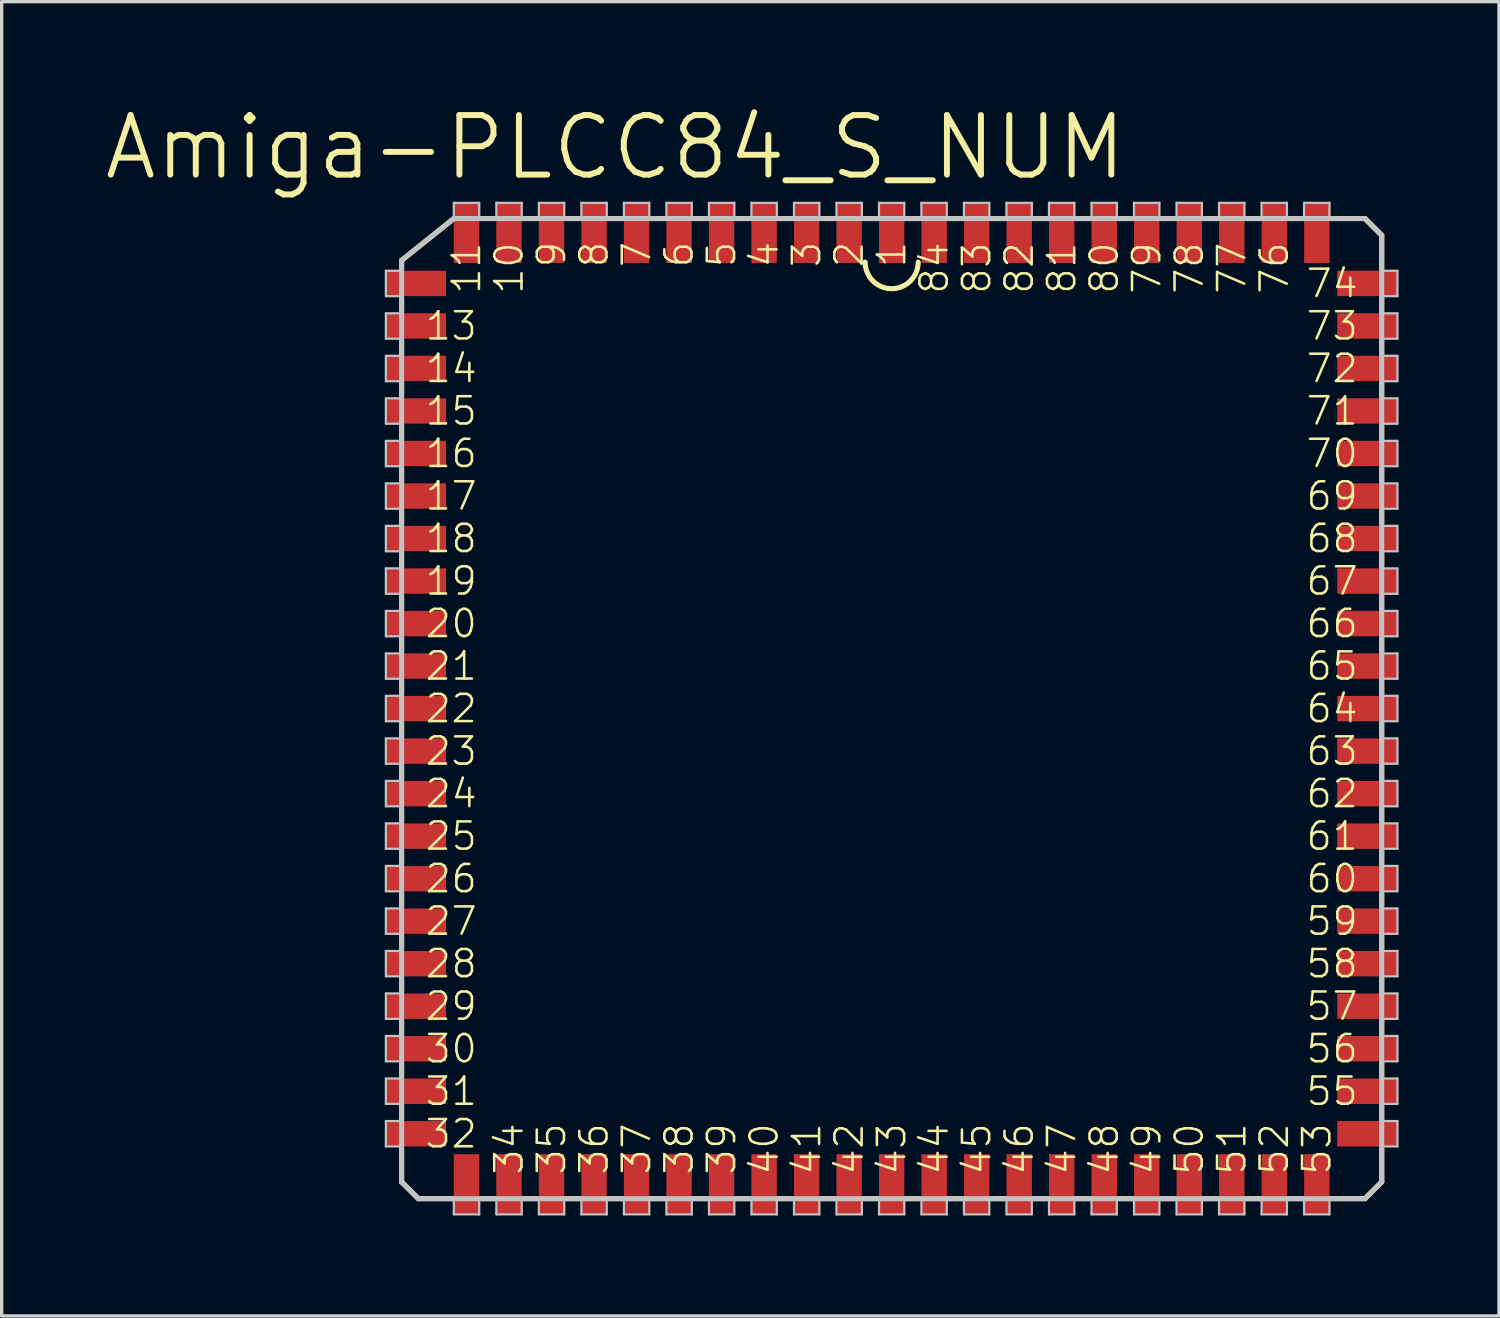
<source format=kicad_pcb>
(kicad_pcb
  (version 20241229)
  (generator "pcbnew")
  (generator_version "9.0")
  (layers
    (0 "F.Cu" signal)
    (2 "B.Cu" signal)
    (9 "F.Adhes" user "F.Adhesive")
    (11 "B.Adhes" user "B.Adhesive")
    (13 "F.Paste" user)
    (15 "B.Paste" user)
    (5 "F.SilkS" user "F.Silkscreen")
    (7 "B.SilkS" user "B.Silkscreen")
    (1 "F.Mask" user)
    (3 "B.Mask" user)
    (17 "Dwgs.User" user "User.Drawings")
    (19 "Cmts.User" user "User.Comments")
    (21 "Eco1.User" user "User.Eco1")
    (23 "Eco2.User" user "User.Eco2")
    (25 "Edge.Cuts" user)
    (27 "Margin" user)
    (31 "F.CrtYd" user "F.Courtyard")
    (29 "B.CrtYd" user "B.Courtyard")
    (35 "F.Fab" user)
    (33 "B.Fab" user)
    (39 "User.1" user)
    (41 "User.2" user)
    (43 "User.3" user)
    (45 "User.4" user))
  (footprint "Amiga-PLCC84_S_NUM"
    (layer "F.Cu")
    (at 23.584 16.846)
    (property "Reference" "Amiga-PLCC84_S_NUM" (at -8.255 -15.494 0) (layer "F.SilkS") (effects (font (size 1.778 1.778) (thickness 0.178))))
    (attr smd)
    (fp_line (start -14.638 -12.118) (end -13.139 -13.32) (stroke (width 0.152) (type solid)) (layer "F.SilkS"))
    (fp_line (start -14.638 -11.869) (end -14.638 -12.118) (stroke (width 0.152) (type solid)) (layer "F.SilkS"))
    (fp_line (start -14.638 -10.599) (end -14.638 -10.988) (stroke (width 0.152) (type solid)) (layer "F.SilkS"))
    (fp_line (start -14.638 -9.329) (end -14.638 -9.718) (stroke (width 0.152) (type solid)) (layer "F.SilkS"))
    (fp_line (start -14.638 -8.059) (end -14.638 -8.448) (stroke (width 0.152) (type solid)) (layer "F.SilkS"))
    (fp_line (start -14.638 -6.789) (end -14.638 -7.178) (stroke (width 0.152) (type solid)) (layer "F.SilkS"))
    (fp_line (start -14.638 -5.519) (end -14.638 -5.908) (stroke (width 0.152) (type solid)) (layer "F.SilkS"))
    (fp_line (start -14.638 -4.249) (end -14.638 -4.638) (stroke (width 0.152) (type solid)) (layer "F.SilkS"))
    (fp_line (start -14.638 -2.979) (end -14.638 -3.368) (stroke (width 0.152) (type solid)) (layer "F.SilkS"))
    (fp_line (start -14.638 -1.709) (end -14.638 -2.098) (stroke (width 0.152) (type solid)) (layer "F.SilkS"))
    (fp_line (start -14.638 -0.439) (end -14.638 -0.828) (stroke (width 0.152) (type solid)) (layer "F.SilkS"))
    (fp_line (start -14.638 0.828) (end -14.638 0.439) (stroke (width 0.152) (type solid)) (layer "F.SilkS"))
    (fp_line (start -14.638 2.098) (end -14.638 1.709) (stroke (width 0.152) (type solid)) (layer "F.SilkS"))
    (fp_line (start -14.638 3.368) (end -14.638 2.979) (stroke (width 0.152) (type solid)) (layer "F.SilkS"))
    (fp_line (start -14.638 4.638) (end -14.638 4.249) (stroke (width 0.152) (type solid)) (layer "F.SilkS"))
    (fp_line (start -14.638 5.908) (end -14.638 5.519) (stroke (width 0.152) (type solid)) (layer "F.SilkS"))
    (fp_line (start -14.638 7.178) (end -14.638 6.789) (stroke (width 0.152) (type solid)) (layer "F.SilkS"))
    (fp_line (start -14.638 8.448) (end -14.638 8.059) (stroke (width 0.152) (type solid)) (layer "F.SilkS"))
    (fp_line (start -14.638 9.718) (end -14.638 9.329) (stroke (width 0.152) (type solid)) (layer "F.SilkS"))
    (fp_line (start -14.638 10.988) (end -14.638 10.599) (stroke (width 0.152) (type solid)) (layer "F.SilkS"))
    (fp_line (start -14.638 12.258) (end -14.638 11.869) (stroke (width 0.152) (type solid)) (layer "F.SilkS"))
    (fp_line (start -14.638 13.528) (end -14.638 13.139) (stroke (width 0.152) (type solid)) (layer "F.SilkS"))
    (fp_line (start -14.638 15.408) (end -14.638 14.409) (stroke (width 0.152) (type solid)) (layer "F.SilkS"))
    (fp_line (start -14.138 15.908) (end -14.638 15.408) (stroke (width 0.152) (type solid)) (layer "F.SilkS"))
    (fp_line (start -13.139 15.908) (end -14.138 15.908) (stroke (width 0.152) (type solid)) (layer "F.SilkS"))
    (fp_line (start -12.258 -13.368) (end -11.869 -13.368) (stroke (width 0.152) (type solid)) (layer "F.SilkS"))
    (fp_line (start -11.869 15.908) (end -12.258 15.908) (stroke (width 0.152) (type solid)) (layer "F.SilkS"))
    (fp_line (start -10.988 -13.368) (end -10.599 -13.368) (stroke (width 0.152) (type solid)) (layer "F.SilkS"))
    (fp_line (start -10.599 15.908) (end -10.988 15.908) (stroke (width 0.152) (type solid)) (layer "F.SilkS"))
    (fp_line (start -9.718 -13.368) (end -9.329 -13.368) (stroke (width 0.152) (type solid)) (layer "F.SilkS"))
    (fp_line (start -9.329 15.908) (end -9.718 15.908) (stroke (width 0.152) (type solid)) (layer "F.SilkS"))
    (fp_line (start -8.448 -13.368) (end -8.059 -13.368) (stroke (width 0.152) (type solid)) (layer "F.SilkS"))
    (fp_line (start -8.059 15.908) (end -8.448 15.908) (stroke (width 0.152) (type solid)) (layer "F.SilkS"))
    (fp_line (start -7.178 -13.368) (end -6.789 -13.368) (stroke (width 0.152) (type solid)) (layer "F.SilkS"))
    (fp_line (start -6.789 15.908) (end -7.178 15.908) (stroke (width 0.152) (type solid)) (layer "F.SilkS"))
    (fp_line (start -5.908 -13.368) (end -5.519 -13.368) (stroke (width 0.152) (type solid)) (layer "F.SilkS"))
    (fp_line (start -5.519 15.908) (end -5.908 15.908) (stroke (width 0.152) (type solid)) (layer "F.SilkS"))
    (fp_line (start -4.638 -13.368) (end -4.249 -13.368) (stroke (width 0.152) (type solid)) (layer "F.SilkS"))
    (fp_line (start -4.249 15.908) (end -4.638 15.908) (stroke (width 0.152) (type solid)) (layer "F.SilkS"))
    (fp_line (start -3.368 -13.368) (end -2.979 -13.368) (stroke (width 0.152) (type solid)) (layer "F.SilkS"))
    (fp_line (start -2.979 15.908) (end -3.368 15.908) (stroke (width 0.152) (type solid)) (layer "F.SilkS"))
    (fp_line (start -2.098 -13.368) (end -1.709 -13.368) (stroke (width 0.152) (type solid)) (layer "F.SilkS"))
    (fp_line (start -1.709 15.908) (end -2.098 15.908) (stroke (width 0.152) (type solid)) (layer "F.SilkS"))
    (fp_line (start -0.828 -13.368) (end -0.439 -13.368) (stroke (width 0.152) (type solid)) (layer "F.SilkS"))
    (fp_line (start -0.439 15.908) (end -0.828 15.908) (stroke (width 0.152) (type solid)) (layer "F.SilkS"))
    (fp_line (start 0.439 -13.368) (end 0.828 -13.368) (stroke (width 0.152) (type solid)) (layer "F.SilkS"))
    (fp_line (start 0.828 15.908) (end 0.439 15.908) (stroke (width 0.152) (type solid)) (layer "F.SilkS"))
    (fp_line (start 1.709 -13.368) (end 2.098 -13.368) (stroke (width 0.152) (type solid)) (layer "F.SilkS"))
    (fp_line (start 2.098 15.908) (end 1.709 15.908) (stroke (width 0.152) (type solid)) (layer "F.SilkS"))
    (fp_line (start 2.979 -13.368) (end 3.368 -13.368) (stroke (width 0.152) (type solid)) (layer "F.SilkS"))
    (fp_line (start 3.368 15.908) (end 2.979 15.908) (stroke (width 0.152) (type solid)) (layer "F.SilkS"))
    (fp_line (start 4.249 -13.368) (end 4.638 -13.368) (stroke (width 0.152) (type solid)) (layer "F.SilkS"))
    (fp_line (start 4.638 15.908) (end 4.249 15.908) (stroke (width 0.152) (type solid)) (layer "F.SilkS"))
    (fp_line (start 5.519 -13.368) (end 5.908 -13.368) (stroke (width 0.152) (type solid)) (layer "F.SilkS"))
    (fp_line (start 5.908 15.908) (end 5.519 15.908) (stroke (width 0.152) (type solid)) (layer "F.SilkS"))
    (fp_line (start 6.789 -13.368) (end 7.178 -13.368) (stroke (width 0.152) (type solid)) (layer "F.SilkS"))
    (fp_line (start 7.178 15.908) (end 6.789 15.908) (stroke (width 0.152) (type solid)) (layer "F.SilkS"))
    (fp_line (start 8.059 -13.368) (end 8.448 -13.368) (stroke (width 0.152) (type solid)) (layer "F.SilkS"))
    (fp_line (start 8.448 15.908) (end 8.059 15.908) (stroke (width 0.152) (type solid)) (layer "F.SilkS"))
    (fp_line (start 9.329 -13.368) (end 9.718 -13.368) (stroke (width 0.152) (type solid)) (layer "F.SilkS"))
    (fp_line (start 9.718 15.908) (end 9.329 15.908) (stroke (width 0.152) (type solid)) (layer "F.SilkS"))
    (fp_line (start 10.599 -13.368) (end 10.988 -13.368) (stroke (width 0.152) (type solid)) (layer "F.SilkS"))
    (fp_line (start 10.988 15.908) (end 10.599 15.908) (stroke (width 0.152) (type solid)) (layer "F.SilkS"))
    (fp_line (start 11.869 -13.368) (end 12.258 -13.368) (stroke (width 0.152) (type solid)) (layer "F.SilkS"))
    (fp_line (start 12.258 15.908) (end 11.869 15.908) (stroke (width 0.152) (type solid)) (layer "F.SilkS"))
    (fp_line (start 13.139 -13.368) (end 14.138 -13.368) (stroke (width 0.152) (type solid)) (layer "F.SilkS"))
    (fp_line (start 14.138 -13.368) (end 14.638 -12.868) (stroke (width 0.152) (type solid)) (layer "F.SilkS"))
    (fp_line (start 14.138 15.908) (end 13.139 15.908) (stroke (width 0.152) (type solid)) (layer "F.SilkS"))
    (fp_line (start 14.638 -12.868) (end 14.638 -11.869) (stroke (width 0.152) (type solid)) (layer "F.SilkS"))
    (fp_line (start 14.638 -10.988) (end 14.638 -10.599) (stroke (width 0.152) (type solid)) (layer "F.SilkS"))
    (fp_line (start 14.638 -9.718) (end 14.638 -9.329) (stroke (width 0.152) (type solid)) (layer "F.SilkS"))
    (fp_line (start 14.638 -8.448) (end 14.638 -8.059) (stroke (width 0.152) (type solid)) (layer "F.SilkS"))
    (fp_line (start 14.638 -7.178) (end 14.638 -6.789) (stroke (width 0.152) (type solid)) (layer "F.SilkS"))
    (fp_line (start 14.638 -5.908) (end 14.638 -5.519) (stroke (width 0.152) (type solid)) (layer "F.SilkS"))
    (fp_line (start 14.638 -4.638) (end 14.638 -4.249) (stroke (width 0.152) (type solid)) (layer "F.SilkS"))
    (fp_line (start 14.638 -3.368) (end 14.638 -2.979) (stroke (width 0.152) (type solid)) (layer "F.SilkS"))
    (fp_line (start 14.638 -2.098) (end 14.638 -1.709) (stroke (width 0.152) (type solid)) (layer "F.SilkS"))
    (fp_line (start 14.638 -0.828) (end 14.638 -0.439) (stroke (width 0.152) (type solid)) (layer "F.SilkS"))
    (fp_line (start 14.638 0.439) (end 14.638 0.828) (stroke (width 0.152) (type solid)) (layer "F.SilkS"))
    (fp_line (start 14.638 1.709) (end 14.638 2.098) (stroke (width 0.152) (type solid)) (layer "F.SilkS"))
    (fp_line (start 14.638 2.979) (end 14.638 3.368) (stroke (width 0.152) (type solid)) (layer "F.SilkS"))
    (fp_line (start 14.638 4.249) (end 14.638 4.638) (stroke (width 0.152) (type solid)) (layer "F.SilkS"))
    (fp_line (start 14.638 5.519) (end 14.638 5.908) (stroke (width 0.152) (type solid)) (layer "F.SilkS"))
    (fp_line (start 14.638 6.789) (end 14.638 7.178) (stroke (width 0.152) (type solid)) (layer "F.SilkS"))
    (fp_line (start 14.638 8.059) (end 14.638 8.448) (stroke (width 0.152) (type solid)) (layer "F.SilkS"))
    (fp_line (start 14.638 9.329) (end 14.638 9.718) (stroke (width 0.152) (type solid)) (layer "F.SilkS"))
    (fp_line (start 14.638 10.599) (end 14.638 10.988) (stroke (width 0.152) (type solid)) (layer "F.SilkS"))
    (fp_line (start 14.638 11.869) (end 14.638 12.258) (stroke (width 0.152) (type solid)) (layer "F.SilkS"))
    (fp_line (start 14.638 13.139) (end 14.638 13.528) (stroke (width 0.152) (type solid)) (layer "F.SilkS"))
    (fp_line (start 14.638 14.409) (end 14.638 15.408) (stroke (width 0.152) (type solid)) (layer "F.SilkS"))
    (fp_line (start 14.638 15.408) (end 14.138 15.908) (stroke (width 0.152) (type solid)) (layer "F.SilkS"))
    (fp_arc (start 0.79248 -12.065) (mid 0 -11.27252) (end -0.79248 -12.065) (stroke (width 0.1524) (type solid)) (layer "F.SilkS"))
    (fp_line (start -15.108 -11.808) (end -14.638 -11.808) (stroke (width 0.066) (type solid)) (layer "Dwgs.User"))
    (fp_line (start -15.108 -11.049) (end -15.108 -11.808) (stroke (width 0.066) (type solid)) (layer "Dwgs.User"))
    (fp_line (start -15.108 -11.049) (end -14.638 -11.049) (stroke (width 0.066) (type solid)) (layer "Dwgs.User"))
    (fp_line (start -15.108 -10.538) (end -14.638 -10.538) (stroke (width 0.066) (type solid)) (layer "Dwgs.User"))
    (fp_line (start -15.108 -9.779) (end -15.108 -10.538) (stroke (width 0.066) (type solid)) (layer "Dwgs.User"))
    (fp_line (start -15.108 -9.779) (end -14.638 -9.779) (stroke (width 0.066) (type solid)) (layer "Dwgs.User"))
    (fp_line (start -15.108 -9.268) (end -14.638 -9.268) (stroke (width 0.066) (type solid)) (layer "Dwgs.User"))
    (fp_line (start -15.108 -8.509) (end -15.108 -9.268) (stroke (width 0.066) (type solid)) (layer "Dwgs.User"))
    (fp_line (start -15.108 -8.509) (end -14.638 -8.509) (stroke (width 0.066) (type solid)) (layer "Dwgs.User"))
    (fp_line (start -15.108 -7.998) (end -14.638 -7.998) (stroke (width 0.066) (type solid)) (layer "Dwgs.User"))
    (fp_line (start -15.108 -7.239) (end -15.108 -7.998) (stroke (width 0.066) (type solid)) (layer "Dwgs.User"))
    (fp_line (start -15.108 -7.239) (end -14.638 -7.239) (stroke (width 0.066) (type solid)) (layer "Dwgs.User"))
    (fp_line (start -15.108 -6.728) (end -14.638 -6.728) (stroke (width 0.066) (type solid)) (layer "Dwgs.User"))
    (fp_line (start -15.108 -5.969) (end -15.108 -6.728) (stroke (width 0.066) (type solid)) (layer "Dwgs.User"))
    (fp_line (start -15.108 -5.969) (end -14.638 -5.969) (stroke (width 0.066) (type solid)) (layer "Dwgs.User"))
    (fp_line (start -15.108 -5.458) (end -14.638 -5.458) (stroke (width 0.066) (type solid)) (layer "Dwgs.User"))
    (fp_line (start -15.108 -4.699) (end -15.108 -5.458) (stroke (width 0.066) (type solid)) (layer "Dwgs.User"))
    (fp_line (start -15.108 -4.699) (end -14.638 -4.699) (stroke (width 0.066) (type solid)) (layer "Dwgs.User"))
    (fp_line (start -15.108 -4.188) (end -14.638 -4.188) (stroke (width 0.066) (type solid)) (layer "Dwgs.User"))
    (fp_line (start -15.108 -3.429) (end -15.108 -4.188) (stroke (width 0.066) (type solid)) (layer "Dwgs.User"))
    (fp_line (start -15.108 -3.429) (end -14.638 -3.429) (stroke (width 0.066) (type solid)) (layer "Dwgs.User"))
    (fp_line (start -15.108 -2.918) (end -14.638 -2.918) (stroke (width 0.066) (type solid)) (layer "Dwgs.User"))
    (fp_line (start -15.108 -2.159) (end -15.108 -2.918) (stroke (width 0.066) (type solid)) (layer "Dwgs.User"))
    (fp_line (start -15.108 -2.159) (end -14.638 -2.159) (stroke (width 0.066) (type solid)) (layer "Dwgs.User"))
    (fp_line (start -15.108 -1.648) (end -14.638 -1.648) (stroke (width 0.066) (type solid)) (layer "Dwgs.User"))
    (fp_line (start -15.108 -0.889) (end -15.108 -1.648) (stroke (width 0.066) (type solid)) (layer "Dwgs.User"))
    (fp_line (start -15.108 -0.889) (end -14.638 -0.889) (stroke (width 0.066) (type solid)) (layer "Dwgs.User"))
    (fp_line (start -15.108 -0.378) (end -14.638 -0.378) (stroke (width 0.066) (type solid)) (layer "Dwgs.User"))
    (fp_line (start -15.108 0.378) (end -15.108 -0.378) (stroke (width 0.066) (type solid)) (layer "Dwgs.User"))
    (fp_line (start -15.108 0.378) (end -14.638 0.378) (stroke (width 0.066) (type solid)) (layer "Dwgs.User"))
    (fp_line (start -15.108 0.889) (end -14.638 0.889) (stroke (width 0.066) (type solid)) (layer "Dwgs.User"))
    (fp_line (start -15.108 1.648) (end -15.108 0.889) (stroke (width 0.066) (type solid)) (layer "Dwgs.User"))
    (fp_line (start -15.108 1.648) (end -14.638 1.648) (stroke (width 0.066) (type solid)) (layer "Dwgs.User"))
    (fp_line (start -15.108 2.159) (end -14.638 2.159) (stroke (width 0.066) (type solid)) (layer "Dwgs.User"))
    (fp_line (start -15.108 2.918) (end -15.108 2.159) (stroke (width 0.066) (type solid)) (layer "Dwgs.User"))
    (fp_line (start -15.108 2.918) (end -14.638 2.918) (stroke (width 0.066) (type solid)) (layer "Dwgs.User"))
    (fp_line (start -15.108 3.429) (end -14.638 3.429) (stroke (width 0.066) (type solid)) (layer "Dwgs.User"))
    (fp_line (start -15.108 4.188) (end -15.108 3.429) (stroke (width 0.066) (type solid)) (layer "Dwgs.User"))
    (fp_line (start -15.108 4.188) (end -14.638 4.188) (stroke (width 0.066) (type solid)) (layer "Dwgs.User"))
    (fp_line (start -15.108 4.699) (end -14.638 4.699) (stroke (width 0.066) (type solid)) (layer "Dwgs.User"))
    (fp_line (start -15.108 5.458) (end -15.108 4.699) (stroke (width 0.066) (type solid)) (layer "Dwgs.User"))
    (fp_line (start -15.108 5.458) (end -14.638 5.458) (stroke (width 0.066) (type solid)) (layer "Dwgs.User"))
    (fp_line (start -15.108 5.969) (end -14.638 5.969) (stroke (width 0.066) (type solid)) (layer "Dwgs.User"))
    (fp_line (start -15.108 6.728) (end -15.108 5.969) (stroke (width 0.066) (type solid)) (layer "Dwgs.User"))
    (fp_line (start -15.108 6.728) (end -14.638 6.728) (stroke (width 0.066) (type solid)) (layer "Dwgs.User"))
    (fp_line (start -15.108 7.239) (end -14.638 7.239) (stroke (width 0.066) (type solid)) (layer "Dwgs.User"))
    (fp_line (start -15.108 7.998) (end -15.108 7.239) (stroke (width 0.066) (type solid)) (layer "Dwgs.User"))
    (fp_line (start -15.108 7.998) (end -14.638 7.998) (stroke (width 0.066) (type solid)) (layer "Dwgs.User"))
    (fp_line (start -15.108 8.509) (end -14.638 8.509) (stroke (width 0.066) (type solid)) (layer "Dwgs.User"))
    (fp_line (start -15.108 9.268) (end -15.108 8.509) (stroke (width 0.066) (type solid)) (layer "Dwgs.User"))
    (fp_line (start -15.108 9.268) (end -14.638 9.268) (stroke (width 0.066) (type solid)) (layer "Dwgs.User"))
    (fp_line (start -15.108 9.779) (end -14.638 9.779) (stroke (width 0.066) (type solid)) (layer "Dwgs.User"))
    (fp_line (start -15.108 10.538) (end -15.108 9.779) (stroke (width 0.066) (type solid)) (layer "Dwgs.User"))
    (fp_line (start -15.108 10.538) (end -14.638 10.538) (stroke (width 0.066) (type solid)) (layer "Dwgs.User"))
    (fp_line (start -15.108 11.049) (end -14.638 11.049) (stroke (width 0.066) (type solid)) (layer "Dwgs.User"))
    (fp_line (start -15.108 11.808) (end -15.108 11.049) (stroke (width 0.066) (type solid)) (layer "Dwgs.User"))
    (fp_line (start -15.108 11.808) (end -14.638 11.808) (stroke (width 0.066) (type solid)) (layer "Dwgs.User"))
    (fp_line (start -15.108 12.319) (end -14.638 12.319) (stroke (width 0.066) (type solid)) (layer "Dwgs.User"))
    (fp_line (start -15.108 13.078) (end -15.108 12.319) (stroke (width 0.066) (type solid)) (layer "Dwgs.User"))
    (fp_line (start -15.108 13.078) (end -14.638 13.078) (stroke (width 0.066) (type solid)) (layer "Dwgs.User"))
    (fp_line (start -15.108 13.589) (end -14.638 13.589) (stroke (width 0.066) (type solid)) (layer "Dwgs.User"))
    (fp_line (start -15.108 14.348) (end -15.108 13.589) (stroke (width 0.066) (type solid)) (layer "Dwgs.User"))
    (fp_line (start -15.108 14.348) (end -14.638 14.348) (stroke (width 0.066) (type solid)) (layer "Dwgs.User"))
    (fp_line (start -14.638 -12.118) (end -13.078 -13.368) (stroke (width 0.152) (type solid)) (layer "Dwgs.User"))
    (fp_line (start -14.638 -11.049) (end -14.638 -11.808) (stroke (width 0.066) (type solid)) (layer "Dwgs.User"))
    (fp_line (start -14.638 -9.779) (end -14.638 -10.538) (stroke (width 0.066) (type solid)) (layer "Dwgs.User"))
    (fp_line (start -14.638 -8.509) (end -14.638 -9.268) (stroke (width 0.066) (type solid)) (layer "Dwgs.User"))
    (fp_line (start -14.638 -7.239) (end -14.638 -7.998) (stroke (width 0.066) (type solid)) (layer "Dwgs.User"))
    (fp_line (start -14.638 -5.969) (end -14.638 -6.728) (stroke (width 0.066) (type solid)) (layer "Dwgs.User"))
    (fp_line (start -14.638 -4.699) (end -14.638 -5.458) (stroke (width 0.066) (type solid)) (layer "Dwgs.User"))
    (fp_line (start -14.638 -3.429) (end -14.638 -4.188) (stroke (width 0.066) (type solid)) (layer "Dwgs.User"))
    (fp_line (start -14.638 -2.159) (end -14.638 -2.918) (stroke (width 0.066) (type solid)) (layer "Dwgs.User"))
    (fp_line (start -14.638 -0.889) (end -14.638 -1.648) (stroke (width 0.066) (type solid)) (layer "Dwgs.User"))
    (fp_line (start -14.638 0.378) (end -14.638 -0.378) (stroke (width 0.066) (type solid)) (layer "Dwgs.User"))
    (fp_line (start -14.638 1.648) (end -14.638 0.889) (stroke (width 0.066) (type solid)) (layer "Dwgs.User"))
    (fp_line (start -14.638 2.918) (end -14.638 2.159) (stroke (width 0.066) (type solid)) (layer "Dwgs.User"))
    (fp_line (start -14.638 4.188) (end -14.638 3.429) (stroke (width 0.066) (type solid)) (layer "Dwgs.User"))
    (fp_line (start -14.638 5.458) (end -14.638 4.699) (stroke (width 0.066) (type solid)) (layer "Dwgs.User"))
    (fp_line (start -14.638 6.728) (end -14.638 5.969) (stroke (width 0.066) (type solid)) (layer "Dwgs.User"))
    (fp_line (start -14.638 7.998) (end -14.638 7.239) (stroke (width 0.066) (type solid)) (layer "Dwgs.User"))
    (fp_line (start -14.638 9.268) (end -14.638 8.509) (stroke (width 0.066) (type solid)) (layer "Dwgs.User"))
    (fp_line (start -14.638 10.538) (end -14.638 9.779) (stroke (width 0.066) (type solid)) (layer "Dwgs.User"))
    (fp_line (start -14.638 11.808) (end -14.638 11.049) (stroke (width 0.066) (type solid)) (layer "Dwgs.User"))
    (fp_line (start -14.638 13.078) (end -14.638 12.319) (stroke (width 0.066) (type solid)) (layer "Dwgs.User"))
    (fp_line (start -14.638 14.348) (end -14.638 13.589) (stroke (width 0.066) (type solid)) (layer "Dwgs.User"))
    (fp_line (start -14.638 15.408) (end -14.638 -12.118) (stroke (width 0.152) (type solid)) (layer "Dwgs.User"))
    (fp_line (start -14.138 15.908) (end -14.638 15.408) (stroke (width 0.152) (type solid)) (layer "Dwgs.User"))
    (fp_line (start -13.078 -13.838) (end -12.319 -13.838) (stroke (width 0.066) (type solid)) (layer "Dwgs.User"))
    (fp_line (start -13.078 -13.368) (end -13.078 -13.838) (stroke (width 0.066) (type solid)) (layer "Dwgs.User"))
    (fp_line (start -13.078 -13.368) (end -12.319 -13.368) (stroke (width 0.066) (type solid)) (layer "Dwgs.User"))
    (fp_line (start -13.078 -13.368) (end 14.138 -13.368) (stroke (width 0.152) (type solid)) (layer "Dwgs.User"))
    (fp_line (start -13.078 15.908) (end -12.319 15.908) (stroke (width 0.066) (type solid)) (layer "Dwgs.User"))
    (fp_line (start -13.078 16.378) (end -13.078 15.908) (stroke (width 0.066) (type solid)) (layer "Dwgs.User"))
    (fp_line (start -13.078 16.378) (end -12.319 16.378) (stroke (width 0.066) (type solid)) (layer "Dwgs.User"))
    (fp_line (start -12.319 -13.368) (end -12.319 -13.838) (stroke (width 0.066) (type solid)) (layer "Dwgs.User"))
    (fp_line (start -12.319 16.378) (end -12.319 15.908) (stroke (width 0.066) (type solid)) (layer "Dwgs.User"))
    (fp_line (start -11.808 -13.838) (end -11.049 -13.838) (stroke (width 0.066) (type solid)) (layer "Dwgs.User"))
    (fp_line (start -11.808 -13.368) (end -11.808 -13.838) (stroke (width 0.066) (type solid)) (layer "Dwgs.User"))
    (fp_line (start -11.808 -13.368) (end -11.049 -13.368) (stroke (width 0.066) (type solid)) (layer "Dwgs.User"))
    (fp_line (start -11.808 15.908) (end -11.049 15.908) (stroke (width 0.066) (type solid)) (layer "Dwgs.User"))
    (fp_line (start -11.808 16.378) (end -11.808 15.908) (stroke (width 0.066) (type solid)) (layer "Dwgs.User"))
    (fp_line (start -11.808 16.378) (end -11.049 16.378) (stroke (width 0.066) (type solid)) (layer "Dwgs.User"))
    (fp_line (start -11.049 -13.368) (end -11.049 -13.838) (stroke (width 0.066) (type solid)) (layer "Dwgs.User"))
    (fp_line (start -11.049 16.378) (end -11.049 15.908) (stroke (width 0.066) (type solid)) (layer "Dwgs.User"))
    (fp_line (start -10.538 -13.838) (end -9.779 -13.838) (stroke (width 0.066) (type solid)) (layer "Dwgs.User"))
    (fp_line (start -10.538 -13.368) (end -10.538 -13.838) (stroke (width 0.066) (type solid)) (layer "Dwgs.User"))
    (fp_line (start -10.538 -13.368) (end -9.779 -13.368) (stroke (width 0.066) (type solid)) (layer "Dwgs.User"))
    (fp_line (start -10.538 15.908) (end -9.779 15.908) (stroke (width 0.066) (type solid)) (layer "Dwgs.User"))
    (fp_line (start -10.538 16.378) (end -10.538 15.908) (stroke (width 0.066) (type solid)) (layer "Dwgs.User"))
    (fp_line (start -10.538 16.378) (end -9.779 16.378) (stroke (width 0.066) (type solid)) (layer "Dwgs.User"))
    (fp_line (start -9.779 -13.368) (end -9.779 -13.838) (stroke (width 0.066) (type solid)) (layer "Dwgs.User"))
    (fp_line (start -9.779 16.378) (end -9.779 15.908) (stroke (width 0.066) (type solid)) (layer "Dwgs.User"))
    (fp_line (start -9.268 -13.838) (end -8.509 -13.838) (stroke (width 0.066) (type solid)) (layer "Dwgs.User"))
    (fp_line (start -9.268 -13.368) (end -9.268 -13.838) (stroke (width 0.066) (type solid)) (layer "Dwgs.User"))
    (fp_line (start -9.268 -13.368) (end -8.509 -13.368) (stroke (width 0.066) (type solid)) (layer "Dwgs.User"))
    (fp_line (start -9.268 15.908) (end -8.509 15.908) (stroke (width 0.066) (type solid)) (layer "Dwgs.User"))
    (fp_line (start -9.268 16.378) (end -9.268 15.908) (stroke (width 0.066) (type solid)) (layer "Dwgs.User"))
    (fp_line (start -9.268 16.378) (end -8.509 16.378) (stroke (width 0.066) (type solid)) (layer "Dwgs.User"))
    (fp_line (start -8.509 -13.368) (end -8.509 -13.838) (stroke (width 0.066) (type solid)) (layer "Dwgs.User"))
    (fp_line (start -8.509 16.378) (end -8.509 15.908) (stroke (width 0.066) (type solid)) (layer "Dwgs.User"))
    (fp_line (start -7.998 -13.838) (end -7.239 -13.838) (stroke (width 0.066) (type solid)) (layer "Dwgs.User"))
    (fp_line (start -7.998 -13.368) (end -7.998 -13.838) (stroke (width 0.066) (type solid)) (layer "Dwgs.User"))
    (fp_line (start -7.998 -13.368) (end -7.239 -13.368) (stroke (width 0.066) (type solid)) (layer "Dwgs.User"))
    (fp_line (start -7.998 15.908) (end -7.239 15.908) (stroke (width 0.066) (type solid)) (layer "Dwgs.User"))
    (fp_line (start -7.998 16.378) (end -7.998 15.908) (stroke (width 0.066) (type solid)) (layer "Dwgs.User"))
    (fp_line (start -7.998 16.378) (end -7.239 16.378) (stroke (width 0.066) (type solid)) (layer "Dwgs.User"))
    (fp_line (start -7.239 -13.368) (end -7.239 -13.838) (stroke (width 0.066) (type solid)) (layer "Dwgs.User"))
    (fp_line (start -7.239 16.378) (end -7.239 15.908) (stroke (width 0.066) (type solid)) (layer "Dwgs.User"))
    (fp_line (start -6.728 -13.838) (end -5.969 -13.838) (stroke (width 0.066) (type solid)) (layer "Dwgs.User"))
    (fp_line (start -6.728 -13.368) (end -6.728 -13.838) (stroke (width 0.066) (type solid)) (layer "Dwgs.User"))
    (fp_line (start -6.728 -13.368) (end -5.969 -13.368) (stroke (width 0.066) (type solid)) (layer "Dwgs.User"))
    (fp_line (start -6.728 15.908) (end -5.969 15.908) (stroke (width 0.066) (type solid)) (layer "Dwgs.User"))
    (fp_line (start -6.728 16.378) (end -6.728 15.908) (stroke (width 0.066) (type solid)) (layer "Dwgs.User"))
    (fp_line (start -6.728 16.378) (end -5.969 16.378) (stroke (width 0.066) (type solid)) (layer "Dwgs.User"))
    (fp_line (start -5.969 -13.368) (end -5.969 -13.838) (stroke (width 0.066) (type solid)) (layer "Dwgs.User"))
    (fp_line (start -5.969 16.378) (end -5.969 15.908) (stroke (width 0.066) (type solid)) (layer "Dwgs.User"))
    (fp_line (start -5.458 -13.838) (end -4.699 -13.838) (stroke (width 0.066) (type solid)) (layer "Dwgs.User"))
    (fp_line (start -5.458 -13.368) (end -5.458 -13.838) (stroke (width 0.066) (type solid)) (layer "Dwgs.User"))
    (fp_line (start -5.458 -13.368) (end -4.699 -13.368) (stroke (width 0.066) (type solid)) (layer "Dwgs.User"))
    (fp_line (start -5.458 15.908) (end -4.699 15.908) (stroke (width 0.066) (type solid)) (layer "Dwgs.User"))
    (fp_line (start -5.458 16.378) (end -5.458 15.908) (stroke (width 0.066) (type solid)) (layer "Dwgs.User"))
    (fp_line (start -5.458 16.378) (end -4.699 16.378) (stroke (width 0.066) (type solid)) (layer "Dwgs.User"))
    (fp_line (start -4.699 -13.368) (end -4.699 -13.838) (stroke (width 0.066) (type solid)) (layer "Dwgs.User"))
    (fp_line (start -4.699 16.378) (end -4.699 15.908) (stroke (width 0.066) (type solid)) (layer "Dwgs.User"))
    (fp_line (start -4.188 -13.838) (end -3.429 -13.838) (stroke (width 0.066) (type solid)) (layer "Dwgs.User"))
    (fp_line (start -4.188 -13.368) (end -4.188 -13.838) (stroke (width 0.066) (type solid)) (layer "Dwgs.User"))
    (fp_line (start -4.188 -13.368) (end -3.429 -13.368) (stroke (width 0.066) (type solid)) (layer "Dwgs.User"))
    (fp_line (start -4.188 15.908) (end -3.429 15.908) (stroke (width 0.066) (type solid)) (layer "Dwgs.User"))
    (fp_line (start -4.188 16.378) (end -4.188 15.908) (stroke (width 0.066) (type solid)) (layer "Dwgs.User"))
    (fp_line (start -4.188 16.378) (end -3.429 16.378) (stroke (width 0.066) (type solid)) (layer "Dwgs.User"))
    (fp_line (start -3.429 -13.368) (end -3.429 -13.838) (stroke (width 0.066) (type solid)) (layer "Dwgs.User"))
    (fp_line (start -3.429 16.378) (end -3.429 15.908) (stroke (width 0.066) (type solid)) (layer "Dwgs.User"))
    (fp_line (start -2.918 -13.838) (end -2.159 -13.838) (stroke (width 0.066) (type solid)) (layer "Dwgs.User"))
    (fp_line (start -2.918 -13.368) (end -2.918 -13.838) (stroke (width 0.066) (type solid)) (layer "Dwgs.User"))
    (fp_line (start -2.918 -13.368) (end -2.159 -13.368) (stroke (width 0.066) (type solid)) (layer "Dwgs.User"))
    (fp_line (start -2.918 15.908) (end -2.159 15.908) (stroke (width 0.066) (type solid)) (layer "Dwgs.User"))
    (fp_line (start -2.918 16.378) (end -2.918 15.908) (stroke (width 0.066) (type solid)) (layer "Dwgs.User"))
    (fp_line (start -2.918 16.378) (end -2.159 16.378) (stroke (width 0.066) (type solid)) (layer "Dwgs.User"))
    (fp_line (start -2.159 -13.368) (end -2.159 -13.838) (stroke (width 0.066) (type solid)) (layer "Dwgs.User"))
    (fp_line (start -2.159 16.378) (end -2.159 15.908) (stroke (width 0.066) (type solid)) (layer "Dwgs.User"))
    (fp_line (start -1.648 -13.838) (end -0.889 -13.838) (stroke (width 0.066) (type solid)) (layer "Dwgs.User"))
    (fp_line (start -1.648 -13.368) (end -1.648 -13.838) (stroke (width 0.066) (type solid)) (layer "Dwgs.User"))
    (fp_line (start -1.648 -13.368) (end -0.889 -13.368) (stroke (width 0.066) (type solid)) (layer "Dwgs.User"))
    (fp_line (start -1.648 15.908) (end -0.889 15.908) (stroke (width 0.066) (type solid)) (layer "Dwgs.User"))
    (fp_line (start -1.648 16.378) (end -1.648 15.908) (stroke (width 0.066) (type solid)) (layer "Dwgs.User"))
    (fp_line (start -1.648 16.378) (end -0.889 16.378) (stroke (width 0.066) (type solid)) (layer "Dwgs.User"))
    (fp_line (start -0.889 -13.368) (end -0.889 -13.838) (stroke (width 0.066) (type solid)) (layer "Dwgs.User"))
    (fp_line (start -0.889 16.378) (end -0.889 15.908) (stroke (width 0.066) (type solid)) (layer "Dwgs.User"))
    (fp_line (start -0.378 -13.838) (end 0.378 -13.838) (stroke (width 0.066) (type solid)) (layer "Dwgs.User"))
    (fp_line (start -0.378 -13.368) (end -0.378 -13.838) (stroke (width 0.066) (type solid)) (layer "Dwgs.User"))
    (fp_line (start -0.378 -13.368) (end 0.378 -13.368) (stroke (width 0.066) (type solid)) (layer "Dwgs.User"))
    (fp_line (start -0.378 15.908) (end 0.378 15.908) (stroke (width 0.066) (type solid)) (layer "Dwgs.User"))
    (fp_line (start -0.378 16.378) (end -0.378 15.908) (stroke (width 0.066) (type solid)) (layer "Dwgs.User"))
    (fp_line (start -0.378 16.378) (end 0.378 16.378) (stroke (width 0.066) (type solid)) (layer "Dwgs.User"))
    (fp_line (start 0.378 -13.368) (end 0.378 -13.838) (stroke (width 0.066) (type solid)) (layer "Dwgs.User"))
    (fp_line (start 0.378 16.378) (end 0.378 15.908) (stroke (width 0.066) (type solid)) (layer "Dwgs.User"))
    (fp_line (start 0.889 -13.838) (end 1.648 -13.838) (stroke (width 0.066) (type solid)) (layer "Dwgs.User"))
    (fp_line (start 0.889 -13.368) (end 0.889 -13.838) (stroke (width 0.066) (type solid)) (layer "Dwgs.User"))
    (fp_line (start 0.889 -13.368) (end 1.648 -13.368) (stroke (width 0.066) (type solid)) (layer "Dwgs.User"))
    (fp_line (start 0.889 15.908) (end 1.648 15.908) (stroke (width 0.066) (type solid)) (layer "Dwgs.User"))
    (fp_line (start 0.889 16.378) (end 0.889 15.908) (stroke (width 0.066) (type solid)) (layer "Dwgs.User"))
    (fp_line (start 0.889 16.378) (end 1.648 16.378) (stroke (width 0.066) (type solid)) (layer "Dwgs.User"))
    (fp_line (start 1.648 -13.368) (end 1.648 -13.838) (stroke (width 0.066) (type solid)) (layer "Dwgs.User"))
    (fp_line (start 1.648 16.378) (end 1.648 15.908) (stroke (width 0.066) (type solid)) (layer "Dwgs.User"))
    (fp_line (start 2.159 -13.838) (end 2.918 -13.838) (stroke (width 0.066) (type solid)) (layer "Dwgs.User"))
    (fp_line (start 2.159 -13.368) (end 2.159 -13.838) (stroke (width 0.066) (type solid)) (layer "Dwgs.User"))
    (fp_line (start 2.159 -13.368) (end 2.918 -13.368) (stroke (width 0.066) (type solid)) (layer "Dwgs.User"))
    (fp_line (start 2.159 15.908) (end 2.918 15.908) (stroke (width 0.066) (type solid)) (layer "Dwgs.User"))
    (fp_line (start 2.159 16.378) (end 2.159 15.908) (stroke (width 0.066) (type solid)) (layer "Dwgs.User"))
    (fp_line (start 2.159 16.378) (end 2.918 16.378) (stroke (width 0.066) (type solid)) (layer "Dwgs.User"))
    (fp_line (start 2.918 -13.368) (end 2.918 -13.838) (stroke (width 0.066) (type solid)) (layer "Dwgs.User"))
    (fp_line (start 2.918 16.378) (end 2.918 15.908) (stroke (width 0.066) (type solid)) (layer "Dwgs.User"))
    (fp_line (start 3.429 -13.838) (end 4.188 -13.838) (stroke (width 0.066) (type solid)) (layer "Dwgs.User"))
    (fp_line (start 3.429 -13.368) (end 3.429 -13.838) (stroke (width 0.066) (type solid)) (layer "Dwgs.User"))
    (fp_line (start 3.429 -13.368) (end 4.188 -13.368) (stroke (width 0.066) (type solid)) (layer "Dwgs.User"))
    (fp_line (start 3.429 15.908) (end 4.188 15.908) (stroke (width 0.066) (type solid)) (layer "Dwgs.User"))
    (fp_line (start 3.429 16.378) (end 3.429 15.908) (stroke (width 0.066) (type solid)) (layer "Dwgs.User"))
    (fp_line (start 3.429 16.378) (end 4.188 16.378) (stroke (width 0.066) (type solid)) (layer "Dwgs.User"))
    (fp_line (start 4.188 -13.368) (end 4.188 -13.838) (stroke (width 0.066) (type solid)) (layer "Dwgs.User"))
    (fp_line (start 4.188 16.378) (end 4.188 15.908) (stroke (width 0.066) (type solid)) (layer "Dwgs.User"))
    (fp_line (start 4.699 -13.838) (end 5.458 -13.838) (stroke (width 0.066) (type solid)) (layer "Dwgs.User"))
    (fp_line (start 4.699 -13.368) (end 4.699 -13.838) (stroke (width 0.066) (type solid)) (layer "Dwgs.User"))
    (fp_line (start 4.699 -13.368) (end 5.458 -13.368) (stroke (width 0.066) (type solid)) (layer "Dwgs.User"))
    (fp_line (start 4.699 15.908) (end 5.458 15.908) (stroke (width 0.066) (type solid)) (layer "Dwgs.User"))
    (fp_line (start 4.699 16.378) (end 4.699 15.908) (stroke (width 0.066) (type solid)) (layer "Dwgs.User"))
    (fp_line (start 4.699 16.378) (end 5.458 16.378) (stroke (width 0.066) (type solid)) (layer "Dwgs.User"))
    (fp_line (start 5.458 -13.368) (end 5.458 -13.838) (stroke (width 0.066) (type solid)) (layer "Dwgs.User"))
    (fp_line (start 5.458 16.378) (end 5.458 15.908) (stroke (width 0.066) (type solid)) (layer "Dwgs.User"))
    (fp_line (start 5.969 -13.838) (end 6.728 -13.838) (stroke (width 0.066) (type solid)) (layer "Dwgs.User"))
    (fp_line (start 5.969 -13.368) (end 5.969 -13.838) (stroke (width 0.066) (type solid)) (layer "Dwgs.User"))
    (fp_line (start 5.969 -13.368) (end 6.728 -13.368) (stroke (width 0.066) (type solid)) (layer "Dwgs.User"))
    (fp_line (start 5.969 15.908) (end 6.728 15.908) (stroke (width 0.066) (type solid)) (layer "Dwgs.User"))
    (fp_line (start 5.969 16.378) (end 5.969 15.908) (stroke (width 0.066) (type solid)) (layer "Dwgs.User"))
    (fp_line (start 5.969 16.378) (end 6.728 16.378) (stroke (width 0.066) (type solid)) (layer "Dwgs.User"))
    (fp_line (start 6.728 -13.368) (end 6.728 -13.838) (stroke (width 0.066) (type solid)) (layer "Dwgs.User"))
    (fp_line (start 6.728 16.378) (end 6.728 15.908) (stroke (width 0.066) (type solid)) (layer "Dwgs.User"))
    (fp_line (start 7.239 -13.838) (end 7.998 -13.838) (stroke (width 0.066) (type solid)) (layer "Dwgs.User"))
    (fp_line (start 7.239 -13.368) (end 7.239 -13.838) (stroke (width 0.066) (type solid)) (layer "Dwgs.User"))
    (fp_line (start 7.239 -13.368) (end 7.998 -13.368) (stroke (width 0.066) (type solid)) (layer "Dwgs.User"))
    (fp_line (start 7.239 15.908) (end 7.998 15.908) (stroke (width 0.066) (type solid)) (layer "Dwgs.User"))
    (fp_line (start 7.239 16.378) (end 7.239 15.908) (stroke (width 0.066) (type solid)) (layer "Dwgs.User"))
    (fp_line (start 7.239 16.378) (end 7.998 16.378) (stroke (width 0.066) (type solid)) (layer "Dwgs.User"))
    (fp_line (start 7.998 -13.368) (end 7.998 -13.838) (stroke (width 0.066) (type solid)) (layer "Dwgs.User"))
    (fp_line (start 7.998 16.378) (end 7.998 15.908) (stroke (width 0.066) (type solid)) (layer "Dwgs.User"))
    (fp_line (start 8.509 -13.838) (end 9.268 -13.838) (stroke (width 0.066) (type solid)) (layer "Dwgs.User"))
    (fp_line (start 8.509 -13.368) (end 8.509 -13.838) (stroke (width 0.066) (type solid)) (layer "Dwgs.User"))
    (fp_line (start 8.509 -13.368) (end 9.268 -13.368) (stroke (width 0.066) (type solid)) (layer "Dwgs.User"))
    (fp_line (start 8.509 15.908) (end 9.268 15.908) (stroke (width 0.066) (type solid)) (layer "Dwgs.User"))
    (fp_line (start 8.509 16.378) (end 8.509 15.908) (stroke (width 0.066) (type solid)) (layer "Dwgs.User"))
    (fp_line (start 8.509 16.378) (end 9.268 16.378) (stroke (width 0.066) (type solid)) (layer "Dwgs.User"))
    (fp_line (start 9.268 -13.368) (end 9.268 -13.838) (stroke (width 0.066) (type solid)) (layer "Dwgs.User"))
    (fp_line (start 9.268 16.378) (end 9.268 15.908) (stroke (width 0.066) (type solid)) (layer "Dwgs.User"))
    (fp_line (start 9.779 -13.838) (end 10.538 -13.838) (stroke (width 0.066) (type solid)) (layer "Dwgs.User"))
    (fp_line (start 9.779 -13.368) (end 9.779 -13.838) (stroke (width 0.066) (type solid)) (layer "Dwgs.User"))
    (fp_line (start 9.779 -13.368) (end 10.538 -13.368) (stroke (width 0.066) (type solid)) (layer "Dwgs.User"))
    (fp_line (start 9.779 15.908) (end 10.538 15.908) (stroke (width 0.066) (type solid)) (layer "Dwgs.User"))
    (fp_line (start 9.779 16.378) (end 9.779 15.908) (stroke (width 0.066) (type solid)) (layer "Dwgs.User"))
    (fp_line (start 9.779 16.378) (end 10.538 16.378) (stroke (width 0.066) (type solid)) (layer "Dwgs.User"))
    (fp_line (start 10.538 -13.368) (end 10.538 -13.838) (stroke (width 0.066) (type solid)) (layer "Dwgs.User"))
    (fp_line (start 10.538 16.378) (end 10.538 15.908) (stroke (width 0.066) (type solid)) (layer "Dwgs.User"))
    (fp_line (start 11.049 -13.838) (end 11.808 -13.838) (stroke (width 0.066) (type solid)) (layer "Dwgs.User"))
    (fp_line (start 11.049 -13.368) (end 11.049 -13.838) (stroke (width 0.066) (type solid)) (layer "Dwgs.User"))
    (fp_line (start 11.049 -13.368) (end 11.808 -13.368) (stroke (width 0.066) (type solid)) (layer "Dwgs.User"))
    (fp_line (start 11.049 15.908) (end 11.808 15.908) (stroke (width 0.066) (type solid)) (layer "Dwgs.User"))
    (fp_line (start 11.049 16.378) (end 11.049 15.908) (stroke (width 0.066) (type solid)) (layer "Dwgs.User"))
    (fp_line (start 11.049 16.378) (end 11.808 16.378) (stroke (width 0.066) (type solid)) (layer "Dwgs.User"))
    (fp_line (start 11.808 -13.368) (end 11.808 -13.838) (stroke (width 0.066) (type solid)) (layer "Dwgs.User"))
    (fp_line (start 11.808 16.378) (end 11.808 15.908) (stroke (width 0.066) (type solid)) (layer "Dwgs.User"))
    (fp_line (start 12.319 -13.838) (end 13.078 -13.838) (stroke (width 0.066) (type solid)) (layer "Dwgs.User"))
    (fp_line (start 12.319 -13.368) (end 12.319 -13.838) (stroke (width 0.066) (type solid)) (layer "Dwgs.User"))
    (fp_line (start 12.319 -13.368) (end 13.078 -13.368) (stroke (width 0.066) (type solid)) (layer "Dwgs.User"))
    (fp_line (start 12.319 15.908) (end 13.078 15.908) (stroke (width 0.066) (type solid)) (layer "Dwgs.User"))
    (fp_line (start 12.319 16.378) (end 12.319 15.908) (stroke (width 0.066) (type solid)) (layer "Dwgs.User"))
    (fp_line (start 12.319 16.378) (end 13.078 16.378) (stroke (width 0.066) (type solid)) (layer "Dwgs.User"))
    (fp_line (start 13.078 -13.368) (end 13.078 -13.838) (stroke (width 0.066) (type solid)) (layer "Dwgs.User"))
    (fp_line (start 13.078 16.378) (end 13.078 15.908) (stroke (width 0.066) (type solid)) (layer "Dwgs.User"))
    (fp_line (start 14.138 -13.368) (end 14.638 -12.868) (stroke (width 0.152) (type solid)) (layer "Dwgs.User"))
    (fp_line (start 14.138 15.908) (end -14.138 15.908) (stroke (width 0.152) (type solid)) (layer "Dwgs.User"))
    (fp_line (start 14.638 -12.868) (end 14.638 15.408) (stroke (width 0.152) (type solid)) (layer "Dwgs.User"))
    (fp_line (start 14.638 -11.808) (end 15.108 -11.808) (stroke (width 0.066) (type solid)) (layer "Dwgs.User"))
    (fp_line (start 14.638 -11.049) (end 14.638 -11.808) (stroke (width 0.066) (type solid)) (layer "Dwgs.User"))
    (fp_line (start 14.638 -11.049) (end 15.108 -11.049) (stroke (width 0.066) (type solid)) (layer "Dwgs.User"))
    (fp_line (start 14.638 -10.538) (end 15.108 -10.538) (stroke (width 0.066) (type solid)) (layer "Dwgs.User"))
    (fp_line (start 14.638 -9.779) (end 14.638 -10.538) (stroke (width 0.066) (type solid)) (layer "Dwgs.User"))
    (fp_line (start 14.638 -9.779) (end 15.108 -9.779) (stroke (width 0.066) (type solid)) (layer "Dwgs.User"))
    (fp_line (start 14.638 -9.268) (end 15.108 -9.268) (stroke (width 0.066) (type solid)) (layer "Dwgs.User"))
    (fp_line (start 14.638 -8.509) (end 14.638 -9.268) (stroke (width 0.066) (type solid)) (layer "Dwgs.User"))
    (fp_line (start 14.638 -8.509) (end 15.108 -8.509) (stroke (width 0.066) (type solid)) (layer "Dwgs.User"))
    (fp_line (start 14.638 -7.998) (end 15.108 -7.998) (stroke (width 0.066) (type solid)) (layer "Dwgs.User"))
    (fp_line (start 14.638 -7.239) (end 14.638 -7.998) (stroke (width 0.066) (type solid)) (layer "Dwgs.User"))
    (fp_line (start 14.638 -7.239) (end 15.108 -7.239) (stroke (width 0.066) (type solid)) (layer "Dwgs.User"))
    (fp_line (start 14.638 -6.728) (end 15.108 -6.728) (stroke (width 0.066) (type solid)) (layer "Dwgs.User"))
    (fp_line (start 14.638 -5.969) (end 14.638 -6.728) (stroke (width 0.066) (type solid)) (layer "Dwgs.User"))
    (fp_line (start 14.638 -5.969) (end 15.108 -5.969) (stroke (width 0.066) (type solid)) (layer "Dwgs.User"))
    (fp_line (start 14.638 -5.458) (end 15.108 -5.458) (stroke (width 0.066) (type solid)) (layer "Dwgs.User"))
    (fp_line (start 14.638 -4.699) (end 14.638 -5.458) (stroke (width 0.066) (type solid)) (layer "Dwgs.User"))
    (fp_line (start 14.638 -4.699) (end 15.108 -4.699) (stroke (width 0.066) (type solid)) (layer "Dwgs.User"))
    (fp_line (start 14.638 -4.188) (end 15.108 -4.188) (stroke (width 0.066) (type solid)) (layer "Dwgs.User"))
    (fp_line (start 14.638 -3.429) (end 14.638 -4.188) (stroke (width 0.066) (type solid)) (layer "Dwgs.User"))
    (fp_line (start 14.638 -3.429) (end 15.108 -3.429) (stroke (width 0.066) (type solid)) (layer "Dwgs.User"))
    (fp_line (start 14.638 -2.918) (end 15.108 -2.918) (stroke (width 0.066) (type solid)) (layer "Dwgs.User"))
    (fp_line (start 14.638 -2.159) (end 14.638 -2.918) (stroke (width 0.066) (type solid)) (layer "Dwgs.User"))
    (fp_line (start 14.638 -2.159) (end 15.108 -2.159) (stroke (width 0.066) (type solid)) (layer "Dwgs.User"))
    (fp_line (start 14.638 -1.648) (end 15.108 -1.648) (stroke (width 0.066) (type solid)) (layer "Dwgs.User"))
    (fp_line (start 14.638 -0.889) (end 14.638 -1.648) (stroke (width 0.066) (type solid)) (layer "Dwgs.User"))
    (fp_line (start 14.638 -0.889) (end 15.108 -0.889) (stroke (width 0.066) (type solid)) (layer "Dwgs.User"))
    (fp_line (start 14.638 -0.378) (end 15.108 -0.378) (stroke (width 0.066) (type solid)) (layer "Dwgs.User"))
    (fp_line (start 14.638 0.378) (end 14.638 -0.378) (stroke (width 0.066) (type solid)) (layer "Dwgs.User"))
    (fp_line (start 14.638 0.378) (end 15.108 0.378) (stroke (width 0.066) (type solid)) (layer "Dwgs.User"))
    (fp_line (start 14.638 0.889) (end 15.108 0.889) (stroke (width 0.066) (type solid)) (layer "Dwgs.User"))
    (fp_line (start 14.638 1.648) (end 14.638 0.889) (stroke (width 0.066) (type solid)) (layer "Dwgs.User"))
    (fp_line (start 14.638 1.648) (end 15.108 1.648) (stroke (width 0.066) (type solid)) (layer "Dwgs.User"))
    (fp_line (start 14.638 2.159) (end 15.108 2.159) (stroke (width 0.066) (type solid)) (layer "Dwgs.User"))
    (fp_line (start 14.638 2.918) (end 14.638 2.159) (stroke (width 0.066) (type solid)) (layer "Dwgs.User"))
    (fp_line (start 14.638 2.918) (end 15.108 2.918) (stroke (width 0.066) (type solid)) (layer "Dwgs.User"))
    (fp_line (start 14.638 3.429) (end 15.108 3.429) (stroke (width 0.066) (type solid)) (layer "Dwgs.User"))
    (fp_line (start 14.638 4.188) (end 14.638 3.429) (stroke (width 0.066) (type solid)) (layer "Dwgs.User"))
    (fp_line (start 14.638 4.188) (end 15.108 4.188) (stroke (width 0.066) (type solid)) (layer "Dwgs.User"))
    (fp_line (start 14.638 4.699) (end 15.108 4.699) (stroke (width 0.066) (type solid)) (layer "Dwgs.User"))
    (fp_line (start 14.638 5.458) (end 14.638 4.699) (stroke (width 0.066) (type solid)) (layer "Dwgs.User"))
    (fp_line (start 14.638 5.458) (end 15.108 5.458) (stroke (width 0.066) (type solid)) (layer "Dwgs.User"))
    (fp_line (start 14.638 5.969) (end 15.108 5.969) (stroke (width 0.066) (type solid)) (layer "Dwgs.User"))
    (fp_line (start 14.638 6.728) (end 14.638 5.969) (stroke (width 0.066) (type solid)) (layer "Dwgs.User"))
    (fp_line (start 14.638 6.728) (end 15.108 6.728) (stroke (width 0.066) (type solid)) (layer "Dwgs.User"))
    (fp_line (start 14.638 7.239) (end 15.108 7.239) (stroke (width 0.066) (type solid)) (layer "Dwgs.User"))
    (fp_line (start 14.638 7.998) (end 14.638 7.239) (stroke (width 0.066) (type solid)) (layer "Dwgs.User"))
    (fp_line (start 14.638 7.998) (end 15.108 7.998) (stroke (width 0.066) (type solid)) (layer "Dwgs.User"))
    (fp_line (start 14.638 8.509) (end 15.108 8.509) (stroke (width 0.066) (type solid)) (layer "Dwgs.User"))
    (fp_line (start 14.638 9.268) (end 14.638 8.509) (stroke (width 0.066) (type solid)) (layer "Dwgs.User"))
    (fp_line (start 14.638 9.268) (end 15.108 9.268) (stroke (width 0.066) (type solid)) (layer "Dwgs.User"))
    (fp_line (start 14.638 9.779) (end 15.108 9.779) (stroke (width 0.066) (type solid)) (layer "Dwgs.User"))
    (fp_line (start 14.638 10.538) (end 14.638 9.779) (stroke (width 0.066) (type solid)) (layer "Dwgs.User"))
    (fp_line (start 14.638 10.538) (end 15.108 10.538) (stroke (width 0.066) (type solid)) (layer "Dwgs.User"))
    (fp_line (start 14.638 11.049) (end 15.108 11.049) (stroke (width 0.066) (type solid)) (layer "Dwgs.User"))
    (fp_line (start 14.638 11.808) (end 14.638 11.049) (stroke (width 0.066) (type solid)) (layer "Dwgs.User"))
    (fp_line (start 14.638 11.808) (end 15.108 11.808) (stroke (width 0.066) (type solid)) (layer "Dwgs.User"))
    (fp_line (start 14.638 12.319) (end 15.108 12.319) (stroke (width 0.066) (type solid)) (layer "Dwgs.User"))
    (fp_line (start 14.638 13.078) (end 14.638 12.319) (stroke (width 0.066) (type solid)) (layer "Dwgs.User"))
    (fp_line (start 14.638 13.078) (end 15.108 13.078) (stroke (width 0.066) (type solid)) (layer "Dwgs.User"))
    (fp_line (start 14.638 13.589) (end 15.108 13.589) (stroke (width 0.066) (type solid)) (layer "Dwgs.User"))
    (fp_line (start 14.638 14.348) (end 14.638 13.589) (stroke (width 0.066) (type solid)) (layer "Dwgs.User"))
    (fp_line (start 14.638 14.348) (end 15.108 14.348) (stroke (width 0.066) (type solid)) (layer "Dwgs.User"))
    (fp_line (start 14.638 15.408) (end 14.138 15.908) (stroke (width 0.152) (type solid)) (layer "Dwgs.User"))
    (fp_line (start 15.108 -11.049) (end 15.108 -11.808) (stroke (width 0.066) (type solid)) (layer "Dwgs.User"))
    (fp_line (start 15.108 -9.779) (end 15.108 -10.538) (stroke (width 0.066) (type solid)) (layer "Dwgs.User"))
    (fp_line (start 15.108 -8.509) (end 15.108 -9.268) (stroke (width 0.066) (type solid)) (layer "Dwgs.User"))
    (fp_line (start 15.108 -7.239) (end 15.108 -7.998) (stroke (width 0.066) (type solid)) (layer "Dwgs.User"))
    (fp_line (start 15.108 -5.969) (end 15.108 -6.728) (stroke (width 0.066) (type solid)) (layer "Dwgs.User"))
    (fp_line (start 15.108 -4.699) (end 15.108 -5.458) (stroke (width 0.066) (type solid)) (layer "Dwgs.User"))
    (fp_line (start 15.108 -3.429) (end 15.108 -4.188) (stroke (width 0.066) (type solid)) (layer "Dwgs.User"))
    (fp_line (start 15.108 -2.159) (end 15.108 -2.918) (stroke (width 0.066) (type solid)) (layer "Dwgs.User"))
    (fp_line (start 15.108 -0.889) (end 15.108 -1.648) (stroke (width 0.066) (type solid)) (layer "Dwgs.User"))
    (fp_line (start 15.108 0.378) (end 15.108 -0.378) (stroke (width 0.066) (type solid)) (layer "Dwgs.User"))
    (fp_line (start 15.108 1.648) (end 15.108 0.889) (stroke (width 0.066) (type solid)) (layer "Dwgs.User"))
    (fp_line (start 15.108 2.918) (end 15.108 2.159) (stroke (width 0.066) (type solid)) (layer "Dwgs.User"))
    (fp_line (start 15.108 4.188) (end 15.108 3.429) (stroke (width 0.066) (type solid)) (layer "Dwgs.User"))
    (fp_line (start 15.108 5.458) (end 15.108 4.699) (stroke (width 0.066) (type solid)) (layer "Dwgs.User"))
    (fp_line (start 15.108 6.728) (end 15.108 5.969) (stroke (width 0.066) (type solid)) (layer "Dwgs.User"))
    (fp_line (start 15.108 7.998) (end 15.108 7.239) (stroke (width 0.066) (type solid)) (layer "Dwgs.User"))
    (fp_line (start 15.108 9.268) (end 15.108 8.509) (stroke (width 0.066) (type solid)) (layer "Dwgs.User"))
    (fp_line (start 15.108 10.538) (end 15.108 9.779) (stroke (width 0.066) (type solid)) (layer "Dwgs.User"))
    (fp_line (start 15.108 11.808) (end 15.108 11.049) (stroke (width 0.066) (type solid)) (layer "Dwgs.User"))
    (fp_line (start 15.108 13.078) (end 15.108 12.319) (stroke (width 0.066) (type solid)) (layer "Dwgs.User"))
    (fp_line (start 15.108 14.348) (end 15.108 13.589) (stroke (width 0.066) (type solid)) (layer "Dwgs.User"))
    (fp_text user "73" (at 13.157 -10.16 0) (layer "F.SilkS") (effects (font (size 0.813 0.813) (thickness 0.076))))
    (fp_text user "80" (at 6.35 -11.887 90) (layer "F.SilkS") (effects (font (size 0.813 0.813) (thickness 0.076))))
    (fp_text user "57" (at 13.157 10.16 0) (layer "F.SilkS") (effects (font (size 0.813 0.813) (thickness 0.076))))
    (fp_text user "20" (at -13.157 -1.27 180) (layer "F.SilkS") (effects (font (size 0.813 0.813) (thickness 0.076))))
    (fp_text user "38" (at -6.35 14.425 270) (layer "F.SilkS") (effects (font (size 0.813 0.813) (thickness 0.076))))
    (fp_text user "76" (at 11.43 -11.887 90) (layer "F.SilkS") (effects (font (size 0.813 0.813) (thickness 0.076))))
    (fp_text user "1" (at 0 -12.294 90) (layer "F.SilkS") (effects (font (size 0.813 0.813) (thickness 0.076))))
    (fp_text user "19" (at -13.157 -2.54 180) (layer "F.SilkS") (effects (font (size 0.813 0.813) (thickness 0.076))))
    (fp_text user "6" (at -6.35 -12.294 90) (layer "F.SilkS") (effects (font (size 0.813 0.813) (thickness 0.076))))
    (fp_text user "74" (at 13.157 -11.43 0) (layer "F.SilkS") (effects (font (size 0.813 0.813) (thickness 0.076))))
    (fp_text user "62" (at 13.157 3.81 0) (layer "F.SilkS") (effects (font (size 0.813 0.813) (thickness 0.076))))
    (fp_text user "69" (at 13.157 -5.08 0) (layer "F.SilkS") (effects (font (size 0.813 0.813) (thickness 0.076))))
    (fp_text user "34" (at -11.43 14.425 270) (layer "F.SilkS") (effects (font (size 0.813 0.813) (thickness 0.076))))
    (fp_text user "45" (at 2.54 14.425 270) (layer "F.SilkS") (effects (font (size 0.813 0.813) (thickness 0.076))))
    (fp_text user "27" (at -13.157 7.62 180) (layer "F.SilkS") (effects (font (size 0.813 0.813) (thickness 0.076))))
    (fp_text user "72" (at 13.157 -8.89 0) (layer "F.SilkS") (effects (font (size 0.813 0.813) (thickness 0.076))))
    (fp_text user "29" (at -13.157 10.16 180) (layer "F.SilkS") (effects (font (size 0.813 0.813) (thickness 0.076))))
    (fp_text user "60" (at 13.157 6.35 0) (layer "F.SilkS") (effects (font (size 0.813 0.813) (thickness 0.076))))
    (fp_text user "24" (at -13.157 3.81 180) (layer "F.SilkS") (effects (font (size 0.813 0.813) (thickness 0.076))))
    (fp_text user "2" (at -1.27 -12.294 90) (layer "F.SilkS") (effects (font (size 0.813 0.813) (thickness 0.076))))
    (fp_text user "18" (at -13.157 -3.81 180) (layer "F.SilkS") (effects (font (size 0.813 0.813) (thickness 0.076))))
    (fp_text user "35" (at -10.16 14.425 270) (layer "F.SilkS") (effects (font (size 0.813 0.813) (thickness 0.076))))
    (fp_text user "4" (at -3.81 -12.294 90) (layer "F.SilkS") (effects (font (size 0.813 0.813) (thickness 0.076))))
    (fp_text user "84" (at 1.27 -11.887 90) (layer "F.SilkS") (effects (font (size 0.813 0.813) (thickness 0.076))))
    (fp_text user "59" (at 13.157 7.62 0) (layer "F.SilkS") (effects (font (size 0.813 0.813) (thickness 0.076))))
    (fp_text user "44" (at 1.27 14.425 270) (layer "F.SilkS") (effects (font (size 0.813 0.813) (thickness 0.076))))
    (fp_text user "15" (at -13.157 -7.62 180) (layer "F.SilkS") (effects (font (size 0.813 0.813) (thickness 0.076))))
    (fp_text user "71" (at 13.157 -7.62 0) (layer "F.SilkS") (effects (font (size 0.813 0.813) (thickness 0.076))))
    (fp_text user "50" (at 8.89 14.425 270) (layer "F.SilkS") (effects (font (size 0.813 0.813) (thickness 0.076))))
    (fp_text user "22" (at -13.157 1.27 180) (layer "F.SilkS") (effects (font (size 0.813 0.813) (thickness 0.076))))
    (fp_text user "5" (at -5.08 -12.294 90) (layer "F.SilkS") (effects (font (size 0.813 0.813) (thickness 0.076))))
    (fp_text user "46" (at 3.81 14.425 270) (layer "F.SilkS") (effects (font (size 0.813 0.813) (thickness 0.076))))
    (fp_text user "55" (at 13.157 12.7 0) (layer "F.SilkS") (effects (font (size 0.813 0.813) (thickness 0.076))))
    (fp_text user "77" (at 10.16 -11.887 90) (layer "F.SilkS") (effects (font (size 0.813 0.813) (thickness 0.076))))
    (fp_text user "63" (at 13.157 2.54 0) (layer "F.SilkS") (effects (font (size 0.813 0.813) (thickness 0.076))))
    (fp_text user "9" (at -10.16 -12.294 90) (layer "F.SilkS") (effects (font (size 0.813 0.813) (thickness 0.076))))
    (fp_text user "39" (at -5.08 14.425 270) (layer "F.SilkS") (effects (font (size 0.813 0.813) (thickness 0.076))))
    (fp_text user "43" (at 0 14.425 270) (layer "F.SilkS") (effects (font (size 0.813 0.813) (thickness 0.076))))
    (fp_text user "67" (at 13.157 -2.54 0) (layer "F.SilkS") (effects (font (size 0.813 0.813) (thickness 0.076))))
    (fp_text user "56" (at 13.157 11.43 0) (layer "F.SilkS") (effects (font (size 0.813 0.813) (thickness 0.076))))
    (fp_text user "32" (at -13.157 13.97 180) (layer "F.SilkS") (effects (font (size 0.813 0.813) (thickness 0.076))))
    (fp_text user "70" (at 13.157 -6.35 0) (layer "F.SilkS") (effects (font (size 0.813 0.813) (thickness 0.076))))
    (fp_text user "81" (at 5.08 -11.887 90) (layer "F.SilkS") (effects (font (size 0.813 0.813) (thickness 0.076))))
    (fp_text user "10" (at -11.43 -11.887 90) (layer "F.SilkS") (effects (font (size 0.813 0.813) (thickness 0.076))))
    (fp_text user "61" (at 13.157 5.08 0) (layer "F.SilkS") (effects (font (size 0.813 0.813) (thickness 0.076))))
    (fp_text user "41" (at -2.54 14.425 270) (layer "F.SilkS") (effects (font (size 0.813 0.813) (thickness 0.076))))
    (fp_text user "21" (at -13.157 0 180) (layer "F.SilkS") (effects (font (size 0.813 0.813) (thickness 0.076))))
    (fp_text user "23" (at -13.157 2.54 180) (layer "F.SilkS") (effects (font (size 0.813 0.813) (thickness 0.076))))
    (fp_text user "64" (at 13.157 1.27 0) (layer "F.SilkS") (effects (font (size 0.813 0.813) (thickness 0.076))))
    (fp_text user "37" (at -7.62 14.425 270) (layer "F.SilkS") (effects (font (size 0.813 0.813) (thickness 0.076))))
    (fp_text user "49" (at 7.62 14.425 270) (layer "F.SilkS") (effects (font (size 0.813 0.813) (thickness 0.076))))
    (fp_text user "58" (at 13.157 8.89 0) (layer "F.SilkS") (effects (font (size 0.813 0.813) (thickness 0.076))))
    (fp_text user "16" (at -13.157 -6.35 180) (layer "F.SilkS") (effects (font (size 0.813 0.813) (thickness 0.076))))
    (fp_text user "51" (at 10.16 14.425 270) (layer "F.SilkS") (effects (font (size 0.813 0.813) (thickness 0.076))))
    (fp_text user "7" (at -7.62 -12.294 90) (layer "F.SilkS") (effects (font (size 0.813 0.813) (thickness 0.076))))
    (fp_text user "28" (at -13.157 8.89 180) (layer "F.SilkS") (effects (font (size 0.813 0.813) (thickness 0.076))))
    (fp_text user "65" (at 13.157 0 0) (layer "F.SilkS") (effects (font (size 0.813 0.813) (thickness 0.076))))
    (fp_text user "40" (at -3.81 14.425 270) (layer "F.SilkS") (effects (font (size 0.813 0.813) (thickness 0.076))))
    (fp_text user "30" (at -13.157 11.43 180) (layer "F.SilkS") (effects (font (size 0.813 0.813) (thickness 0.076))))
    (fp_text user "52" (at 11.43 14.425 270) (layer "F.SilkS") (effects (font (size 0.813 0.813) (thickness 0.076))))
    (fp_text user "3" (at -2.54 -12.294 90) (layer "F.SilkS") (effects (font (size 0.813 0.813) (thickness 0.076))))
    (fp_text user "13" (at -13.157 -10.16 180) (layer "F.SilkS") (effects (font (size 0.813 0.813) (thickness 0.076))))
    (fp_text user "14" (at -13.157 -8.89 180) (layer "F.SilkS") (effects (font (size 0.813 0.813) (thickness 0.076))))
    (fp_text user "66" (at 13.157 -1.27 0) (layer "F.SilkS") (effects (font (size 0.813 0.813) (thickness 0.076))))
    (fp_text user "83" (at 2.54 -11.887 90) (layer "F.SilkS") (effects (font (size 0.813 0.813) (thickness 0.076))))
    (fp_text user "79" (at 7.62 -11.887 90) (layer "F.SilkS") (effects (font (size 0.813 0.813) (thickness 0.076))))
    (fp_text user "42" (at -1.27 14.425 270) (layer "F.SilkS") (effects (font (size 0.813 0.813) (thickness 0.076))))
    (fp_text user "26" (at -13.157 6.35 180) (layer "F.SilkS") (effects (font (size 0.813 0.813) (thickness 0.076))))
    (fp_text user "31" (at -13.157 12.7 180) (layer "F.SilkS") (effects (font (size 0.813 0.813) (thickness 0.076))))
    (fp_text user "36" (at -8.89 14.425 270) (layer "F.SilkS") (effects (font (size 0.813 0.813) (thickness 0.076))))
    (fp_text user "82" (at 3.81 -11.887 90) (layer "F.SilkS") (effects (font (size 0.813 0.813) (thickness 0.076))))
    (fp_text user "17" (at -13.157 -5.08 180) (layer "F.SilkS") (effects (font (size 0.813 0.813) (thickness 0.076))))
    (fp_text user "47" (at 5.08 14.425 270) (layer "F.SilkS") (effects (font (size 0.813 0.813) (thickness 0.076))))
    (fp_text user "48" (at 6.35 14.425 270) (layer "F.SilkS") (effects (font (size 0.813 0.813) (thickness 0.076))))
    (fp_text user "78" (at 8.89 -11.887 90) (layer "F.SilkS") (effects (font (size 0.813 0.813) (thickness 0.076))))
    (fp_text user "68" (at 13.157 -3.81 0) (layer "F.SilkS") (effects (font (size 0.813 0.813) (thickness 0.076))))
    (fp_text user "25" (at -13.157 5.08 180) (layer "F.SilkS") (effects (font (size 0.813 0.813) (thickness 0.076))))
    (fp_text user "11" (at -12.7 -11.887 90) (layer "F.SilkS") (effects (font (size 0.813 0.813) (thickness 0.076))))
    (fp_text user "8" (at -8.89 -12.294 90) (layer "F.SilkS") (effects (font (size 0.813 0.813) (thickness 0.076))))
    (fp_text user "53" (at 12.7 14.425 270) (layer "F.SilkS") (effects (font (size 0.813 0.813) (thickness 0.076))))
    (pad "1" smd rect (at 0 -12.939) (size 0.759 1.798) (layers "F.Cu" "F.Mask" "F.Paste"))
    (pad "2" smd rect (at -1.27 -12.939) (size 0.759 1.798) (layers "F.Cu" "F.Mask" "F.Paste"))
    (pad "3" smd rect (at -2.54 -12.939) (size 0.759 1.798) (layers "F.Cu" "F.Mask" "F.Paste"))
    (pad "4" smd rect (at -3.81 -12.939) (size 0.759 1.798) (layers "F.Cu" "F.Mask" "F.Paste"))
    (pad "5" smd rect (at -5.08 -12.939) (size 0.759 1.798) (layers "F.Cu" "F.Mask" "F.Paste"))
    (pad "6" smd rect (at -6.35 -12.939) (size 0.759 1.798) (layers "F.Cu" "F.Mask" "F.Paste"))
    (pad "7" smd rect (at -7.62 -12.939) (size 0.759 1.798) (layers "F.Cu" "F.Mask" "F.Paste"))
    (pad "8" smd rect (at -8.89 -12.939) (size 0.759 1.798) (layers "F.Cu" "F.Mask" "F.Paste"))
    (pad "9" smd rect (at -10.16 -12.939) (size 0.759 1.798) (layers "F.Cu" "F.Mask" "F.Paste"))
    (pad "10" smd rect (at -11.43 -12.939) (size 0.759 1.798) (layers "F.Cu" "F.Mask" "F.Paste"))
    (pad "11" smd rect (at -12.7 -12.939) (size 0.759 1.798) (layers "F.Cu" "F.Mask" "F.Paste"))
    (pad "12" smd rect (at -14.209 -11.43) (size 1.798 0.759) (layers "F.Cu" "F.Mask" "F.Paste"))
    (pad "13" smd rect (at -14.209 -10.16) (size 1.798 0.759) (layers "F.Cu" "F.Mask" "F.Paste"))
    (pad "14" smd rect (at -14.209 -8.89) (size 1.798 0.759) (layers "F.Cu" "F.Mask" "F.Paste"))
    (pad "15" smd rect (at -14.209 -7.62) (size 1.798 0.759) (layers "F.Cu" "F.Mask" "F.Paste"))
    (pad "16" smd rect (at -14.209 -6.35) (size 1.798 0.759) (layers "F.Cu" "F.Mask" "F.Paste"))
    (pad "17" smd rect (at -14.209 -5.08) (size 1.798 0.759) (layers "F.Cu" "F.Mask" "F.Paste"))
    (pad "18" smd rect (at -14.209 -3.81) (size 1.798 0.759) (layers "F.Cu" "F.Mask" "F.Paste"))
    (pad "19" smd rect (at -14.209 -2.54) (size 1.798 0.759) (layers "F.Cu" "F.Mask" "F.Paste"))
    (pad "20" smd rect (at -14.209 -1.27) (size 1.798 0.759) (layers "F.Cu" "F.Mask" "F.Paste"))
    (pad "21" smd rect (at -14.209 0) (size 1.798 0.759) (layers "F.Cu" "F.Mask" "F.Paste"))
    (pad "22" smd rect (at -14.209 1.27) (size 1.798 0.759) (layers "F.Cu" "F.Mask" "F.Paste"))
    (pad "23" smd rect (at -14.209 2.54) (size 1.798 0.759) (layers "F.Cu" "F.Mask" "F.Paste"))
    (pad "24" smd rect (at -14.209 3.81) (size 1.798 0.759) (layers "F.Cu" "F.Mask" "F.Paste"))
    (pad "25" smd rect (at -14.209 5.08) (size 1.798 0.759) (layers "F.Cu" "F.Mask" "F.Paste"))
    (pad "26" smd rect (at -14.209 6.35) (size 1.798 0.759) (layers "F.Cu" "F.Mask" "F.Paste"))
    (pad "27" smd rect (at -14.209 7.62) (size 1.798 0.759) (layers "F.Cu" "F.Mask" "F.Paste"))
    (pad "28" smd rect (at -14.209 8.89) (size 1.798 0.759) (layers "F.Cu" "F.Mask" "F.Paste"))
    (pad "29" smd rect (at -14.209 10.16) (size 1.798 0.759) (layers "F.Cu" "F.Mask" "F.Paste"))
    (pad "30" smd rect (at -14.209 11.43) (size 1.798 0.759) (layers "F.Cu" "F.Mask" "F.Paste"))
    (pad "31" smd rect (at -14.209 12.7) (size 1.798 0.759) (layers "F.Cu" "F.Mask" "F.Paste"))
    (pad "32" smd rect (at -14.209 13.97) (size 1.798 0.759) (layers "F.Cu" "F.Mask" "F.Paste"))
    (pad "33" smd rect (at -12.7 15.479) (size 0.759 1.798) (layers "F.Cu" "F.Mask" "F.Paste"))
    (pad "34" smd rect (at -11.43 15.479) (size 0.759 1.798) (layers "F.Cu" "F.Mask" "F.Paste"))
    (pad "35" smd rect (at -10.16 15.479) (size 0.759 1.798) (layers "F.Cu" "F.Mask" "F.Paste"))
    (pad "36" smd rect (at -8.89 15.479) (size 0.759 1.798) (layers "F.Cu" "F.Mask" "F.Paste"))
    (pad "37" smd rect (at -7.62 15.479) (size 0.759 1.798) (layers "F.Cu" "F.Mask" "F.Paste"))
    (pad "38" smd rect (at -6.35 15.479) (size 0.759 1.798) (layers "F.Cu" "F.Mask" "F.Paste"))
    (pad "39" smd rect (at -5.08 15.479) (size 0.759 1.798) (layers "F.Cu" "F.Mask" "F.Paste"))
    (pad "40" smd rect (at -3.81 15.479) (size 0.759 1.798) (layers "F.Cu" "F.Mask" "F.Paste"))
    (pad "41" smd rect (at -2.54 15.479) (size 0.759 1.798) (layers "F.Cu" "F.Mask" "F.Paste"))
    (pad "42" smd rect (at -1.27 15.479) (size 0.759 1.798) (layers "F.Cu" "F.Mask" "F.Paste"))
    (pad "43" smd rect (at 0 15.479) (size 0.759 1.798) (layers "F.Cu" "F.Mask" "F.Paste"))
    (pad "44" smd rect (at 1.27 15.479) (size 0.759 1.798) (layers "F.Cu" "F.Mask" "F.Paste"))
    (pad "45" smd rect (at 2.54 15.479) (size 0.759 1.798) (layers "F.Cu" "F.Mask" "F.Paste"))
    (pad "46" smd rect (at 3.81 15.479) (size 0.759 1.798) (layers "F.Cu" "F.Mask" "F.Paste"))
    (pad "47" smd rect (at 5.08 15.479) (size 0.759 1.798) (layers "F.Cu" "F.Mask" "F.Paste"))
    (pad "48" smd rect (at 6.35 15.479) (size 0.759 1.798) (layers "F.Cu" "F.Mask" "F.Paste"))
    (pad "49" smd rect (at 7.62 15.479) (size 0.759 1.798) (layers "F.Cu" "F.Mask" "F.Paste"))
    (pad "50" smd rect (at 8.89 15.479) (size 0.759 1.798) (layers "F.Cu" "F.Mask" "F.Paste"))
    (pad "51" smd rect (at 10.16 15.479) (size 0.759 1.798) (layers "F.Cu" "F.Mask" "F.Paste"))
    (pad "52" smd rect (at 11.43 15.479) (size 0.759 1.798) (layers "F.Cu" "F.Mask" "F.Paste"))
    (pad "53" smd rect (at 12.7 15.479) (size 0.759 1.798) (layers "F.Cu" "F.Mask" "F.Paste"))
    (pad "54" smd rect (at 14.209 13.97) (size 1.798 0.759) (layers "F.Cu" "F.Mask" "F.Paste"))
    (pad "55" smd rect (at 14.209 12.7) (size 1.798 0.759) (layers "F.Cu" "F.Mask" "F.Paste"))
    (pad "56" smd rect (at 14.209 11.43) (size 1.798 0.759) (layers "F.Cu" "F.Mask" "F.Paste"))
    (pad "57" smd rect (at 14.209 10.16) (size 1.798 0.759) (layers "F.Cu" "F.Mask" "F.Paste"))
    (pad "58" smd rect (at 14.209 8.89) (size 1.798 0.759) (layers "F.Cu" "F.Mask" "F.Paste"))
    (pad "59" smd rect (at 14.209 7.62) (size 1.798 0.759) (layers "F.Cu" "F.Mask" "F.Paste"))
    (pad "60" smd rect (at 14.209 6.35) (size 1.798 0.759) (layers "F.Cu" "F.Mask" "F.Paste"))
    (pad "61" smd rect (at 14.209 5.08) (size 1.798 0.759) (layers "F.Cu" "F.Mask" "F.Paste"))
    (pad "62" smd rect (at 14.209 3.81) (size 1.798 0.759) (layers "F.Cu" "F.Mask" "F.Paste"))
    (pad "63" smd rect (at 14.209 2.54) (size 1.798 0.759) (layers "F.Cu" "F.Mask" "F.Paste"))
    (pad "64" smd rect (at 14.209 1.27) (size 1.798 0.759) (layers "F.Cu" "F.Mask" "F.Paste"))
    (pad "65" smd rect (at 14.209 0) (size 1.798 0.759) (layers "F.Cu" "F.Mask" "F.Paste"))
    (pad "66" smd rect (at 14.209 -1.27) (size 1.798 0.759) (layers "F.Cu" "F.Mask" "F.Paste"))
    (pad "67" smd rect (at 14.209 -2.54) (size 1.798 0.759) (layers "F.Cu" "F.Mask" "F.Paste"))
    (pad "68" smd rect (at 14.209 -3.81) (size 1.798 0.759) (layers "F.Cu" "F.Mask" "F.Paste"))
    (pad "69" smd rect (at 14.209 -5.08) (size 1.798 0.759) (layers "F.Cu" "F.Mask" "F.Paste"))
    (pad "70" smd rect (at 14.209 -6.35) (size 1.798 0.759) (layers "F.Cu" "F.Mask" "F.Paste"))
    (pad "71" smd rect (at 14.209 -7.62) (size 1.798 0.759) (layers "F.Cu" "F.Mask" "F.Paste"))
    (pad "72" smd rect (at 14.209 -8.89) (size 1.798 0.759) (layers "F.Cu" "F.Mask" "F.Paste"))
    (pad "73" smd rect (at 14.209 -10.16) (size 1.798 0.759) (layers "F.Cu" "F.Mask" "F.Paste"))
    (pad "74" smd rect (at 14.209 -11.43) (size 1.798 0.759) (layers "F.Cu" "F.Mask" "F.Paste"))
    (pad "75" smd rect (at 12.7 -12.939) (size 0.759 1.798) (layers "F.Cu" "F.Mask" "F.Paste"))
    (pad "76" smd rect (at 11.43 -12.939) (size 0.759 1.798) (layers "F.Cu" "F.Mask" "F.Paste"))
    (pad "77" smd rect (at 10.16 -12.939) (size 0.759 1.798) (layers "F.Cu" "F.Mask" "F.Paste"))
    (pad "78" smd rect (at 8.89 -12.939) (size 0.759 1.798) (layers "F.Cu" "F.Mask" "F.Paste"))
    (pad "79" smd rect (at 7.62 -12.939) (size 0.759 1.798) (layers "F.Cu" "F.Mask" "F.Paste"))
    (pad "80" smd rect (at 6.35 -12.939) (size 0.759 1.798) (layers "F.Cu" "F.Mask" "F.Paste"))
    (pad "81" smd rect (at 5.08 -12.939) (size 0.759 1.798) (layers "F.Cu" "F.Mask" "F.Paste"))
    (pad "82" smd rect (at 3.81 -12.939) (size 0.759 1.798) (layers "F.Cu" "F.Mask" "F.Paste"))
    (pad "83" smd rect (at 2.54 -12.939) (size 0.759 1.798) (layers "F.Cu" "F.Mask" "F.Paste"))
    (pad "84" smd rect (at 1.27 -12.939) (size 0.759 1.798) (layers "F.Cu" "F.Mask" "F.Paste")))
  (gr_rect
    (start -3 -3)
    (end 41.725 36.257)
    (stroke (width 0.1) (type default))
    (fill no)
    (layer "Edge.Cuts")))
</source>
